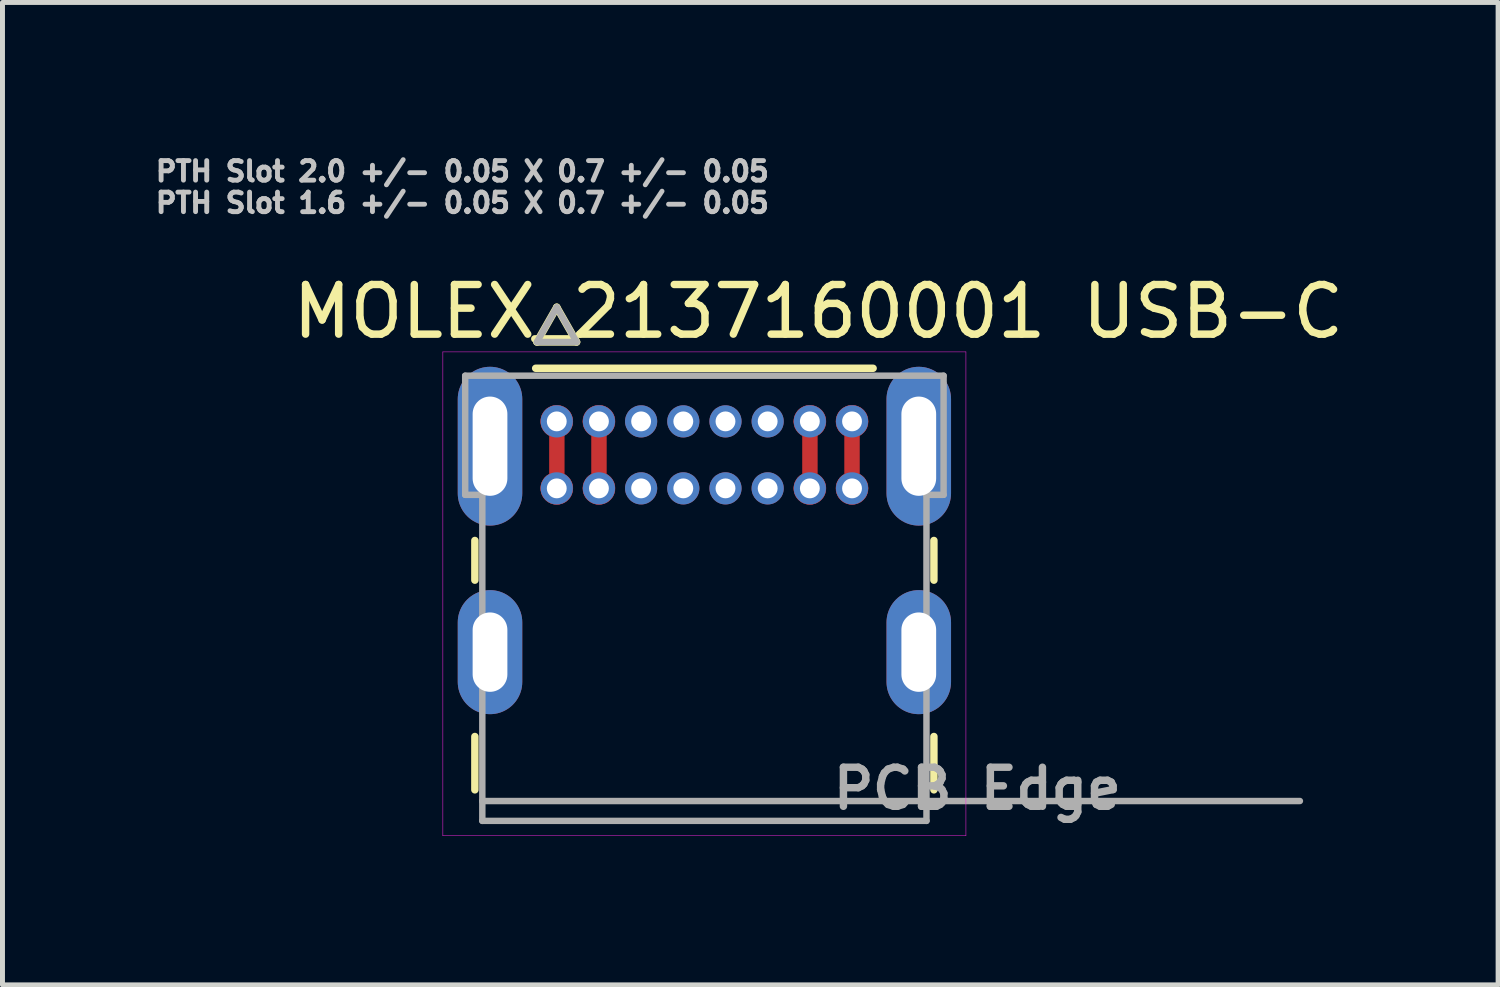
<source format=kicad_pcb>
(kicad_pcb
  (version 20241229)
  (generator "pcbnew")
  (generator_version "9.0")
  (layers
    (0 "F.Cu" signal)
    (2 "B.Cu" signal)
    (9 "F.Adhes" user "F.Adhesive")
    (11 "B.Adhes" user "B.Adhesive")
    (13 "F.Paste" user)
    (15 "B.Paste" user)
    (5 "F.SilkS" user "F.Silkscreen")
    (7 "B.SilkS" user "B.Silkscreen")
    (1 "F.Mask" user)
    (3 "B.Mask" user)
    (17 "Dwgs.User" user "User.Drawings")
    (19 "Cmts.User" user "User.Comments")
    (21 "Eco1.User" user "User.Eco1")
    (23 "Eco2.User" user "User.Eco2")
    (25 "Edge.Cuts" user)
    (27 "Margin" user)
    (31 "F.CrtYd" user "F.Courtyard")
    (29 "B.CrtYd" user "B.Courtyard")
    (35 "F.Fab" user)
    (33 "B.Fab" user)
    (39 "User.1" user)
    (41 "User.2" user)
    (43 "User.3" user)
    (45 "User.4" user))
  (footprint "MOLEX_2137160001 USB-C"
    (layer "F.Cu")
    (at 11.144 13.091)
    (property "Reference" "MOLEX_2137160001 USB-C" (at 2.297 -9.863 0) (layer "F.SilkS") (effects (font (size 1 1) (thickness 0.15))))
    (attr through_hole)
    (fp_poly (pts (xy -2.825 -6.587) (xy -2.775 -6.555) (xy -2.733 -6.516) (xy -2.699 -6.47) (xy -2.673 -6.419) (xy -2.657 -6.364) (xy -2.651 -6.307) (xy -2.655 -6.25) (xy -2.669 -6.194) (xy -2.692 -6.142) (xy -2.724 -6.095) (xy -2.764 -6.054) (xy -2.811 -6.021) (xy -2.863 -5.996) (xy -2.918 -5.981) (xy -2.975 -5.976) (xy -3.032 -5.981) (xy -3.087 -5.996) (xy -3.139 -6.021) (xy -3.186 -6.054) (xy -3.226 -6.095) (xy -3.258 -6.142) (xy -3.281 -6.194) (xy -3.295 -6.25) (xy -3.299 -6.307) (xy -3.293 -6.364) (xy -3.277 -6.419) (xy -3.251 -6.47) (xy -3.217 -6.516) (xy -3.175 -6.555) (xy -3.125 -6.587) (xy -3.125 -7.363) (xy -3.175 -7.395) (xy -3.217 -7.434) (xy -3.251 -7.48) (xy -3.277 -7.531) (xy -3.293 -7.586) (xy -3.299 -7.643) (xy -3.295 -7.7) (xy -3.281 -7.756) (xy -3.258 -7.808) (xy -3.226 -7.855) (xy -3.186 -7.896) (xy -3.139 -7.929) (xy -3.087 -7.954) (xy -3.032 -7.969) (xy -2.975 -7.974) (xy -2.918 -7.969) (xy -2.863 -7.954) (xy -2.811 -7.929) (xy -2.764 -7.896) (xy -2.724 -7.855) (xy -2.692 -7.808) (xy -2.669 -7.756) (xy -2.655 -7.7) (xy -2.651 -7.643) (xy -2.657 -7.586) (xy -2.673 -7.531) (xy -2.699 -7.48) (xy -2.733 -7.434) (xy -2.775 -7.395) (xy -2.825 -7.363) (xy -2.825 -6.587) (xy -2.825 -6.587)) (stroke (width 0.01) (type solid)) (fill yes) (layer "F.Cu"))
    (fp_poly (pts (xy -1.975 -6.587) (xy -1.925 -6.555) (xy -1.883 -6.516) (xy -1.849 -6.47) (xy -1.823 -6.419) (xy -1.807 -6.364) (xy -1.801 -6.307) (xy -1.805 -6.25) (xy -1.819 -6.194) (xy -1.842 -6.142) (xy -1.874 -6.095) (xy -1.914 -6.054) (xy -1.961 -6.021) (xy -2.013 -5.996) (xy -2.068 -5.981) (xy -2.125 -5.976) (xy -2.182 -5.981) (xy -2.237 -5.996) (xy -2.289 -6.021) (xy -2.336 -6.054) (xy -2.376 -6.095) (xy -2.408 -6.142) (xy -2.431 -6.194) (xy -2.445 -6.25) (xy -2.449 -6.307) (xy -2.443 -6.364) (xy -2.427 -6.419) (xy -2.401 -6.47) (xy -2.367 -6.516) (xy -2.325 -6.555) (xy -2.275 -6.587) (xy -2.275 -7.363) (xy -2.325 -7.395) (xy -2.367 -7.434) (xy -2.401 -7.48) (xy -2.427 -7.531) (xy -2.443 -7.586) (xy -2.449 -7.643) (xy -2.445 -7.7) (xy -2.431 -7.756) (xy -2.408 -7.808) (xy -2.376 -7.855) (xy -2.336 -7.896) (xy -2.289 -7.929) (xy -2.237 -7.954) (xy -2.182 -7.969) (xy -2.125 -7.974) (xy -2.068 -7.969) (xy -2.013 -7.954) (xy -1.961 -7.929) (xy -1.914 -7.896) (xy -1.874 -7.855) (xy -1.842 -7.808) (xy -1.819 -7.756) (xy -1.805 -7.7) (xy -1.801 -7.643) (xy -1.807 -7.586) (xy -1.823 -7.531) (xy -1.849 -7.48) (xy -1.883 -7.434) (xy -1.925 -7.395) (xy -1.975 -7.363) (xy -1.975 -6.587) (xy -1.975 -6.587)) (stroke (width 0.01) (type solid)) (fill yes) (layer "F.Cu"))
    (fp_poly (pts (xy 1.975 -7.363) (xy 1.975 -6.587) (xy 1.925 -6.555) (xy 1.883 -6.516) (xy 1.849 -6.47) (xy 1.823 -6.419) (xy 1.807 -6.364) (xy 1.801 -6.307) (xy 1.805 -6.25) (xy 1.819 -6.194) (xy 1.842 -6.142) (xy 1.874 -6.095) (xy 1.914 -6.054) (xy 1.961 -6.021) (xy 2.013 -5.996) (xy 2.068 -5.981) (xy 2.125 -5.976) (xy 2.182 -5.981) (xy 2.237 -5.996) (xy 2.289 -6.021) (xy 2.336 -6.054) (xy 2.376 -6.095) (xy 2.408 -6.142) (xy 2.431 -6.194) (xy 2.445 -6.25) (xy 2.449 -6.307) (xy 2.443 -6.364) (xy 2.427 -6.419) (xy 2.401 -6.47) (xy 2.367 -6.516) (xy 2.325 -6.555) (xy 2.275 -6.587) (xy 2.275 -7.363) (xy 2.325 -7.395) (xy 2.367 -7.434) (xy 2.401 -7.48) (xy 2.427 -7.531) (xy 2.443 -7.586) (xy 2.449 -7.643) (xy 2.445 -7.7) (xy 2.431 -7.756) (xy 2.408 -7.808) (xy 2.376 -7.855) (xy 2.336 -7.896) (xy 2.289 -7.929) (xy 2.237 -7.954) (xy 2.182 -7.969) (xy 2.125 -7.974) (xy 2.068 -7.969) (xy 2.013 -7.954) (xy 1.961 -7.929) (xy 1.914 -7.896) (xy 1.874 -7.855) (xy 1.842 -7.808) (xy 1.819 -7.756) (xy 1.805 -7.7) (xy 1.801 -7.643) (xy 1.807 -7.586) (xy 1.823 -7.531) (xy 1.849 -7.48) (xy 1.883 -7.434) (xy 1.925 -7.395) (xy 1.975 -7.363) (xy 1.975 -7.363)) (stroke (width 0.01) (type solid)) (fill yes) (layer "F.Cu"))
    (fp_poly (pts (xy 3.125 -6.587) (xy 3.175 -6.555) (xy 3.217 -6.516) (xy 3.251 -6.47) (xy 3.277 -6.419) (xy 3.293 -6.364) (xy 3.299 -6.307) (xy 3.295 -6.25) (xy 3.281 -6.194) (xy 3.258 -6.142) (xy 3.226 -6.095) (xy 3.186 -6.054) (xy 3.139 -6.021) (xy 3.087 -5.996) (xy 3.032 -5.981) (xy 2.975 -5.976) (xy 2.918 -5.981) (xy 2.863 -5.996) (xy 2.811 -6.021) (xy 2.764 -6.054) (xy 2.724 -6.095) (xy 2.692 -6.142) (xy 2.669 -6.194) (xy 2.655 -6.25) (xy 2.651 -6.307) (xy 2.657 -6.364) (xy 2.673 -6.419) (xy 2.699 -6.47) (xy 2.733 -6.516) (xy 2.775 -6.555) (xy 2.825 -6.587) (xy 2.825 -7.363) (xy 2.775 -7.395) (xy 2.733 -7.434) (xy 2.699 -7.48) (xy 2.673 -7.531) (xy 2.657 -7.586) (xy 2.651 -7.643) (xy 2.655 -7.7) (xy 2.669 -7.756) (xy 2.692 -7.808) (xy 2.724 -7.855) (xy 2.764 -7.896) (xy 2.811 -7.929) (xy 2.863 -7.954) (xy 2.918 -7.969) (xy 2.975 -7.974) (xy 3.032 -7.969) (xy 3.087 -7.954) (xy 3.139 -7.929) (xy 3.186 -7.896) (xy 3.226 -7.855) (xy 3.258 -7.808) (xy 3.281 -7.756) (xy 3.295 -7.7) (xy 3.299 -7.643) (xy 3.293 -7.586) (xy 3.277 -7.531) (xy 3.251 -7.48) (xy 3.217 -7.434) (xy 3.175 -7.395) (xy 3.125 -7.363) (xy 3.125 -6.587) (xy 3.125 -6.587)) (stroke (width 0.01) (type solid)) (fill yes) (layer "F.Cu"))
    (fp_circle (center -1.275 -7.65) (end -1.081 -7.65) (stroke (width 0.388) (type solid)) (fill no) (layer "F.Mask"))
    (fp_circle (center -1.275 -6.3) (end -1.081 -6.3) (stroke (width 0.388) (type solid)) (fill no) (layer "F.Mask"))
    (fp_circle (center -0.425 -7.65) (end -0.231 -7.65) (stroke (width 0.388) (type solid)) (fill no) (layer "F.Mask"))
    (fp_circle (center -0.425 -6.3) (end -0.231 -6.3) (stroke (width 0.388) (type solid)) (fill no) (layer "F.Mask"))
    (fp_circle (center 0.425 -7.65) (end 0.619 -7.65) (stroke (width 0.388) (type solid)) (fill no) (layer "F.Mask"))
    (fp_circle (center 0.425 -6.3) (end 0.619 -6.3) (stroke (width 0.388) (type solid)) (fill no) (layer "F.Mask"))
    (fp_circle (center 1.275 -7.65) (end 1.469 -7.65) (stroke (width 0.388) (type solid)) (fill no) (layer "F.Mask"))
    (fp_circle (center 1.275 -6.3) (end 1.469 -6.3) (stroke (width 0.388) (type solid)) (fill no) (layer "F.Mask"))
    (fp_poly (pts (xy -3.188 -7.327) (xy -3.188 -6.623) (xy -3.238 -6.584) (xy -3.283 -6.535) (xy -3.318 -6.48) (xy -3.344 -6.418) (xy -3.359 -6.354) (xy -3.362 -6.288) (xy -3.355 -6.222) (xy -3.336 -6.159) (xy -3.306 -6.099) (xy -3.267 -6.046) (xy -3.22 -6) (xy -3.165 -5.962) (xy -3.105 -5.935) (xy -3.041 -5.918) (xy -2.975 -5.912) (xy -2.909 -5.918) (xy -2.845 -5.935) (xy -2.785 -5.962) (xy -2.73 -6) (xy -2.683 -6.046) (xy -2.644 -6.099) (xy -2.614 -6.159) (xy -2.595 -6.222) (xy -2.588 -6.288) (xy -2.591 -6.354) (xy -2.606 -6.418) (xy -2.632 -6.48) (xy -2.667 -6.535) (xy -2.712 -6.584) (xy -2.761 -6.623) (xy -2.761 -7.327) (xy -2.712 -7.366) (xy -2.667 -7.415) (xy -2.632 -7.47) (xy -2.606 -7.532) (xy -2.591 -7.596) (xy -2.588 -7.662) (xy -2.595 -7.728) (xy -2.614 -7.791) (xy -2.644 -7.851) (xy -2.683 -7.904) (xy -2.73 -7.95) (xy -2.785 -7.988) (xy -2.845 -8.015) (xy -2.909 -8.032) (xy -2.975 -8.038) (xy -3.041 -8.032) (xy -3.105 -8.015) (xy -3.165 -7.988) (xy -3.22 -7.95) (xy -3.267 -7.904) (xy -3.306 -7.851) (xy -3.336 -7.791) (xy -3.355 -7.728) (xy -3.362 -7.662) (xy -3.359 -7.596) (xy -3.344 -7.532) (xy -3.318 -7.47) (xy -3.283 -7.415) (xy -3.238 -7.366) (xy -3.188 -7.327) (xy -3.188 -7.327)) (stroke (width 0.01) (type solid)) (fill yes) (layer "F.Mask"))
    (fp_poly (pts (xy -1.911 -6.623) (xy -1.862 -6.584) (xy -1.817 -6.535) (xy -1.782 -6.48) (xy -1.756 -6.418) (xy -1.741 -6.354) (xy -1.738 -6.288) (xy -1.745 -6.222) (xy -1.764 -6.159) (xy -1.794 -6.099) (xy -1.833 -6.046) (xy -1.88 -6) (xy -1.935 -5.962) (xy -1.995 -5.935) (xy -2.059 -5.918) (xy -2.125 -5.912) (xy -2.191 -5.918) (xy -2.255 -5.935) (xy -2.315 -5.962) (xy -2.37 -6) (xy -2.417 -6.046) (xy -2.456 -6.099) (xy -2.486 -6.159) (xy -2.505 -6.222) (xy -2.512 -6.288) (xy -2.509 -6.354) (xy -2.494 -6.418) (xy -2.468 -6.48) (xy -2.433 -6.535) (xy -2.388 -6.584) (xy -2.338 -6.623) (xy -2.338 -7.327) (xy -2.388 -7.366) (xy -2.433 -7.415) (xy -2.468 -7.47) (xy -2.494 -7.532) (xy -2.509 -7.596) (xy -2.512 -7.662) (xy -2.505 -7.728) (xy -2.486 -7.791) (xy -2.456 -7.851) (xy -2.417 -7.904) (xy -2.37 -7.95) (xy -2.315 -7.988) (xy -2.255 -8.015) (xy -2.191 -8.032) (xy -2.125 -8.038) (xy -2.059 -8.032) (xy -1.995 -8.015) (xy -1.935 -7.988) (xy -1.88 -7.95) (xy -1.833 -7.904) (xy -1.794 -7.851) (xy -1.764 -7.791) (xy -1.745 -7.728) (xy -1.738 -7.662) (xy -1.741 -7.596) (xy -1.756 -7.532) (xy -1.782 -7.47) (xy -1.817 -7.415) (xy -1.862 -7.366) (xy -1.911 -7.327) (xy -1.911 -6.623) (xy -1.911 -6.623)) (stroke (width 0.01) (type solid)) (fill yes) (layer "F.Mask"))
    (fp_poly (pts (xy 2.338 -6.623) (xy 2.388 -6.584) (xy 2.433 -6.535) (xy 2.468 -6.48) (xy 2.494 -6.418) (xy 2.509 -6.354) (xy 2.512 -6.288) (xy 2.505 -6.222) (xy 2.486 -6.159) (xy 2.456 -6.099) (xy 2.417 -6.046) (xy 2.37 -6) (xy 2.315 -5.962) (xy 2.255 -5.935) (xy 2.191 -5.918) (xy 2.125 -5.912) (xy 2.059 -5.918) (xy 1.995 -5.935) (xy 1.935 -5.962) (xy 1.88 -6) (xy 1.833 -6.046) (xy 1.794 -6.099) (xy 1.764 -6.159) (xy 1.745 -6.222) (xy 1.738 -6.288) (xy 1.741 -6.354) (xy 1.756 -6.418) (xy 1.782 -6.48) (xy 1.817 -6.535) (xy 1.862 -6.584) (xy 1.911 -6.623) (xy 1.911 -7.327) (xy 1.862 -7.366) (xy 1.817 -7.415) (xy 1.782 -7.47) (xy 1.756 -7.532) (xy 1.741 -7.596) (xy 1.738 -7.662) (xy 1.745 -7.728) (xy 1.764 -7.791) (xy 1.794 -7.851) (xy 1.833 -7.904) (xy 1.88 -7.95) (xy 1.935 -7.988) (xy 1.995 -8.015) (xy 2.059 -8.032) (xy 2.125 -8.038) (xy 2.191 -8.032) (xy 2.255 -8.015) (xy 2.315 -7.988) (xy 2.37 -7.95) (xy 2.417 -7.904) (xy 2.456 -7.851) (xy 2.486 -7.791) (xy 2.505 -7.728) (xy 2.512 -7.662) (xy 2.509 -7.596) (xy 2.494 -7.532) (xy 2.468 -7.47) (xy 2.433 -7.415) (xy 2.388 -7.366) (xy 2.338 -7.327) (xy 2.338 -6.623) (xy 2.338 -6.623)) (stroke (width 0.01) (type solid)) (fill yes) (layer "F.Mask"))
    (fp_poly (pts (xy 2.761 -7.327) (xy 2.761 -6.623) (xy 2.712 -6.584) (xy 2.667 -6.535) (xy 2.632 -6.48) (xy 2.606 -6.418) (xy 2.591 -6.354) (xy 2.588 -6.288) (xy 2.595 -6.222) (xy 2.614 -6.159) (xy 2.644 -6.099) (xy 2.683 -6.046) (xy 2.73 -6) (xy 2.785 -5.962) (xy 2.845 -5.935) (xy 2.909 -5.918) (xy 2.975 -5.912) (xy 3.041 -5.918) (xy 3.105 -5.935) (xy 3.165 -5.962) (xy 3.22 -6) (xy 3.267 -6.046) (xy 3.306 -6.099) (xy 3.336 -6.159) (xy 3.355 -6.222) (xy 3.362 -6.288) (xy 3.359 -6.354) (xy 3.344 -6.418) (xy 3.318 -6.48) (xy 3.283 -6.535) (xy 3.238 -6.584) (xy 3.188 -6.623) (xy 3.188 -7.327) (xy 3.238 -7.366) (xy 3.283 -7.415) (xy 3.318 -7.47) (xy 3.344 -7.532) (xy 3.359 -7.596) (xy 3.362 -7.662) (xy 3.355 -7.728) (xy 3.336 -7.791) (xy 3.306 -7.851) (xy 3.267 -7.904) (xy 3.22 -7.95) (xy 3.165 -7.988) (xy 3.105 -8.015) (xy 3.041 -8.032) (xy 2.975 -8.038) (xy 2.909 -8.032) (xy 2.845 -8.015) (xy 2.785 -7.988) (xy 2.73 -7.95) (xy 2.683 -7.904) (xy 2.644 -7.851) (xy 2.614 -7.791) (xy 2.595 -7.728) (xy 2.588 -7.662) (xy 2.591 -7.596) (xy 2.606 -7.532) (xy 2.632 -7.47) (xy 2.667 -7.415) (xy 2.712 -7.366) (xy 2.761 -7.327) (xy 2.761 -7.327)) (stroke (width 0.01) (type solid)) (fill yes) (layer "F.Mask"))
    (fp_circle (center -2.975 -7.65) (end -2.781 -7.65) (stroke (width 0.388) (type solid)) (fill no) (layer "B.Mask"))
    (fp_circle (center -2.975 -6.3) (end -2.781 -6.3) (stroke (width 0.388) (type solid)) (fill no) (layer "B.Mask"))
    (fp_circle (center -2.125 -7.65) (end -1.931 -7.65) (stroke (width 0.388) (type solid)) (fill no) (layer "B.Mask"))
    (fp_circle (center -2.125 -6.3) (end -1.931 -6.3) (stroke (width 0.388) (type solid)) (fill no) (layer "B.Mask"))
    (fp_circle (center -1.275 -7.65) (end -1.081 -7.65) (stroke (width 0.388) (type solid)) (fill no) (layer "B.Mask"))
    (fp_circle (center -1.275 -6.3) (end -1.081 -6.3) (stroke (width 0.388) (type solid)) (fill no) (layer "B.Mask"))
    (fp_circle (center -0.425 -7.65) (end -0.231 -7.65) (stroke (width 0.388) (type solid)) (fill no) (layer "B.Mask"))
    (fp_circle (center -0.425 -6.3) (end -0.231 -6.3) (stroke (width 0.388) (type solid)) (fill no) (layer "B.Mask"))
    (fp_circle (center 0.425 -7.65) (end 0.619 -7.65) (stroke (width 0.388) (type solid)) (fill no) (layer "B.Mask"))
    (fp_circle (center 0.425 -6.3) (end 0.619 -6.3) (stroke (width 0.388) (type solid)) (fill no) (layer "B.Mask"))
    (fp_circle (center 1.275 -7.65) (end 1.469 -7.65) (stroke (width 0.388) (type solid)) (fill no) (layer "B.Mask"))
    (fp_circle (center 1.275 -6.3) (end 1.469 -6.3) (stroke (width 0.388) (type solid)) (fill no) (layer "B.Mask"))
    (fp_circle (center 2.125 -7.65) (end 2.319 -7.65) (stroke (width 0.388) (type solid)) (fill no) (layer "B.Mask"))
    (fp_circle (center 2.125 -6.3) (end 2.319 -6.3) (stroke (width 0.388) (type solid)) (fill no) (layer "B.Mask"))
    (fp_circle (center 2.975 -7.65) (end 3.169 -7.65) (stroke (width 0.388) (type solid)) (fill no) (layer "B.Mask"))
    (fp_circle (center 2.975 -6.3) (end 3.169 -6.3) (stroke (width 0.388) (type solid)) (fill no) (layer "B.Mask"))
    (fp_line (start -4.625 -5.25) (end -4.625 -4.45) (stroke (width 0.15) (type solid)) (layer "F.SilkS"))
    (fp_line (start -4.625 -0.225) (end -4.625 -1.3) (stroke (width 0.15) (type solid)) (layer "F.SilkS"))
    (fp_line (start -3.375 -9.25) (end -2.575 -9.25) (stroke (width 0.15) (type solid)) (layer "F.SilkS"))
    (fp_line (start -2.975 -9.95) (end -3.375 -9.25) (stroke (width 0.15) (type solid)) (layer "F.SilkS"))
    (fp_line (start -2.575 -9.25) (end -2.975 -9.95) (stroke (width 0.15) (type solid)) (layer "F.SilkS"))
    (fp_line (start 3.4 -8.72) (end -3.4 -8.72) (stroke (width 0.15) (type solid)) (layer "F.SilkS"))
    (fp_line (start 4.625 -4.45) (end 4.625 -5.25) (stroke (width 0.15) (type solid)) (layer "F.SilkS"))
    (fp_line (start 4.625 -0.225) (end 4.625 -1.3) (stroke (width 0.15) (type solid)) (layer "F.SilkS"))
    (fp_line (start -5.27 -9.05) (end -5.27 0.7) (stroke (width 0.01) (type solid)) (layer "F.CrtYd"))
    (fp_line (start -5.27 0.7) (end 5.27 0.7) (stroke (width 0.01) (type solid)) (layer "F.CrtYd"))
    (fp_line (start 5.27 -9.05) (end -5.27 -9.05) (stroke (width 0.01) (type solid)) (layer "F.CrtYd"))
    (fp_line (start 5.27 0.7) (end 5.27 -9.05) (stroke (width 0.01) (type solid)) (layer "F.CrtYd"))
    (fp_line (start -4.82 -8.57) (end -4.82 -6.17) (stroke (width 0.13) (type solid)) (layer "F.Fab"))
    (fp_line (start -4.82 -6.17) (end -4.475 -6.17) (stroke (width 0.13) (type solid)) (layer "F.Fab"))
    (fp_line (start -4.475 -6.17) (end -4.475 0) (stroke (width 0.13) (type solid)) (layer "F.Fab"))
    (fp_line (start -4.475 0) (end -4.475 0.4) (stroke (width 0.13) (type solid)) (layer "F.Fab"))
    (fp_line (start -4.475 0) (end 12 0) (stroke (width 0.13) (type solid)) (layer "F.Fab"))
    (fp_line (start -4.475 0.4) (end 4.475 0.4) (stroke (width 0.13) (type solid)) (layer "F.Fab"))
    (fp_line (start -3.375 -9.25) (end -2.575 -9.25) (stroke (width 0.13) (type solid)) (layer "F.Fab"))
    (fp_line (start -2.975 -9.95) (end -3.375 -9.25) (stroke (width 0.13) (type solid)) (layer "F.Fab"))
    (fp_line (start -2.575 -9.25) (end -2.975 -9.95) (stroke (width 0.13) (type solid)) (layer "F.Fab"))
    (fp_line (start 4.475 0.4) (end 4.475 -6.17) (stroke (width 0.13) (type solid)) (layer "F.Fab"))
    (fp_line (start 4.82 -8.57) (end -4.82 -8.57) (stroke (width 0.13) (type solid)) (layer "F.Fab"))
    (fp_line (start 4.82 -8.57) (end 4.82 -6.17) (stroke (width 0.13) (type solid)) (layer "F.Fab"))
    (fp_line (start 4.82 -6.17) (end 4.475 -6.17) (stroke (width 0.13) (type solid)) (layer "F.Fab"))
    (fp_text user "PTH Slot 2.0 +/- 0.05 X 0.7 +/- 0.05" (at -4.878 -12.688 0) (layer "Dwgs.User") (effects (font (size 0.394 0.394) (thickness 0.15))))
    (fp_text user "PTH Slot 1.6 +/- 0.05 X 0.7 +/- 0.05" (at -4.878 -12.053 0) (layer "Dwgs.User") (effects (font (size 0.394 0.394) (thickness 0.15))))
    (fp_text user "PCB Edge" (at 5.5 -0.25 0) (layer "F.Fab") (effects (font (size 0.787 0.787) (thickness 0.15))))
    (pad "A1" thru_hole circle (at -2.975 -7.65) (size 0.648 0.648) (drill 0.4) (layers "*.Cu"))
    (pad "A4" thru_hole circle (at -2.125 -7.65) (size 0.648 0.648) (drill 0.4) (layers "*.Cu"))
    (pad "A5" thru_hole circle (at -1.275 -7.65) (size 0.648 0.648) (drill 0.4) (layers "*.Cu"))
    (pad "A6" thru_hole circle (at -0.425 -7.65) (size 0.648 0.648) (drill 0.4) (layers "*.Cu"))
    (pad "A7" thru_hole circle (at 0.425 -7.65) (size 0.648 0.648) (drill 0.4) (layers "*.Cu"))
    (pad "A8" thru_hole circle (at 1.275 -7.65) (size 0.648 0.648) (drill 0.4) (layers "*.Cu"))
    (pad "A9" thru_hole circle (at 2.125 -7.65) (size 0.648 0.648) (drill 0.4) (layers "*.Cu"))
    (pad "A12" thru_hole circle (at 2.975 -7.65) (size 0.648 0.648) (drill 0.4) (layers "*.Cu"))
    (pad "B1" thru_hole circle (at 2.975 -6.3) (size 0.648 0.648) (drill 0.4) (layers "*.Cu"))
    (pad "B4" thru_hole circle (at 2.125 -6.3) (size 0.648 0.648) (drill 0.4) (layers "*.Cu"))
    (pad "B5" thru_hole circle (at 1.275 -6.3) (size 0.648 0.648) (drill 0.4) (layers "*.Cu"))
    (pad "B6" thru_hole circle (at 0.425 -6.3) (size 0.648 0.648) (drill 0.4) (layers "*.Cu"))
    (pad "B7" thru_hole circle (at -0.425 -6.3) (size 0.648 0.648) (drill 0.4) (layers "*.Cu"))
    (pad "B8" thru_hole circle (at -1.275 -6.3) (size 0.648 0.648) (drill 0.4) (layers "*.Cu"))
    (pad "B9" thru_hole circle (at -2.125 -6.3) (size 0.648 0.648) (drill 0.4) (layers "*.Cu"))
    (pad "B12" thru_hole circle (at -2.975 -6.3) (size 0.648 0.648) (drill 0.4) (layers "*.Cu"))
    (pad "SH1" thru_hole oval (at -4.32 -3) (size 1.3 2.5) (drill oval 0.7 1.6) (layers "*.Cu" "*.Mask"))
    (pad "SH2" thru_hole oval (at 4.32 -3) (size 1.3 2.5) (drill oval 0.7 1.6) (layers "*.Cu" "*.Mask"))
    (pad "SH3" thru_hole oval (at -4.32 -7.15) (size 1.3 3.2) (drill oval 0.7 2) (layers "*.Cu" "*.Mask"))
    (pad "SH4" thru_hole oval (at 4.32 -7.15) (size 1.3 3.2) (drill oval 0.7 2) (layers "*.Cu" "*.Mask")))
  (gr_rect
    (start -3 -3)
    (end 27.138 16.796)
    (stroke (width 0.1) (type default))
    (fill no)
    (layer "Edge.Cuts")))
</source>
